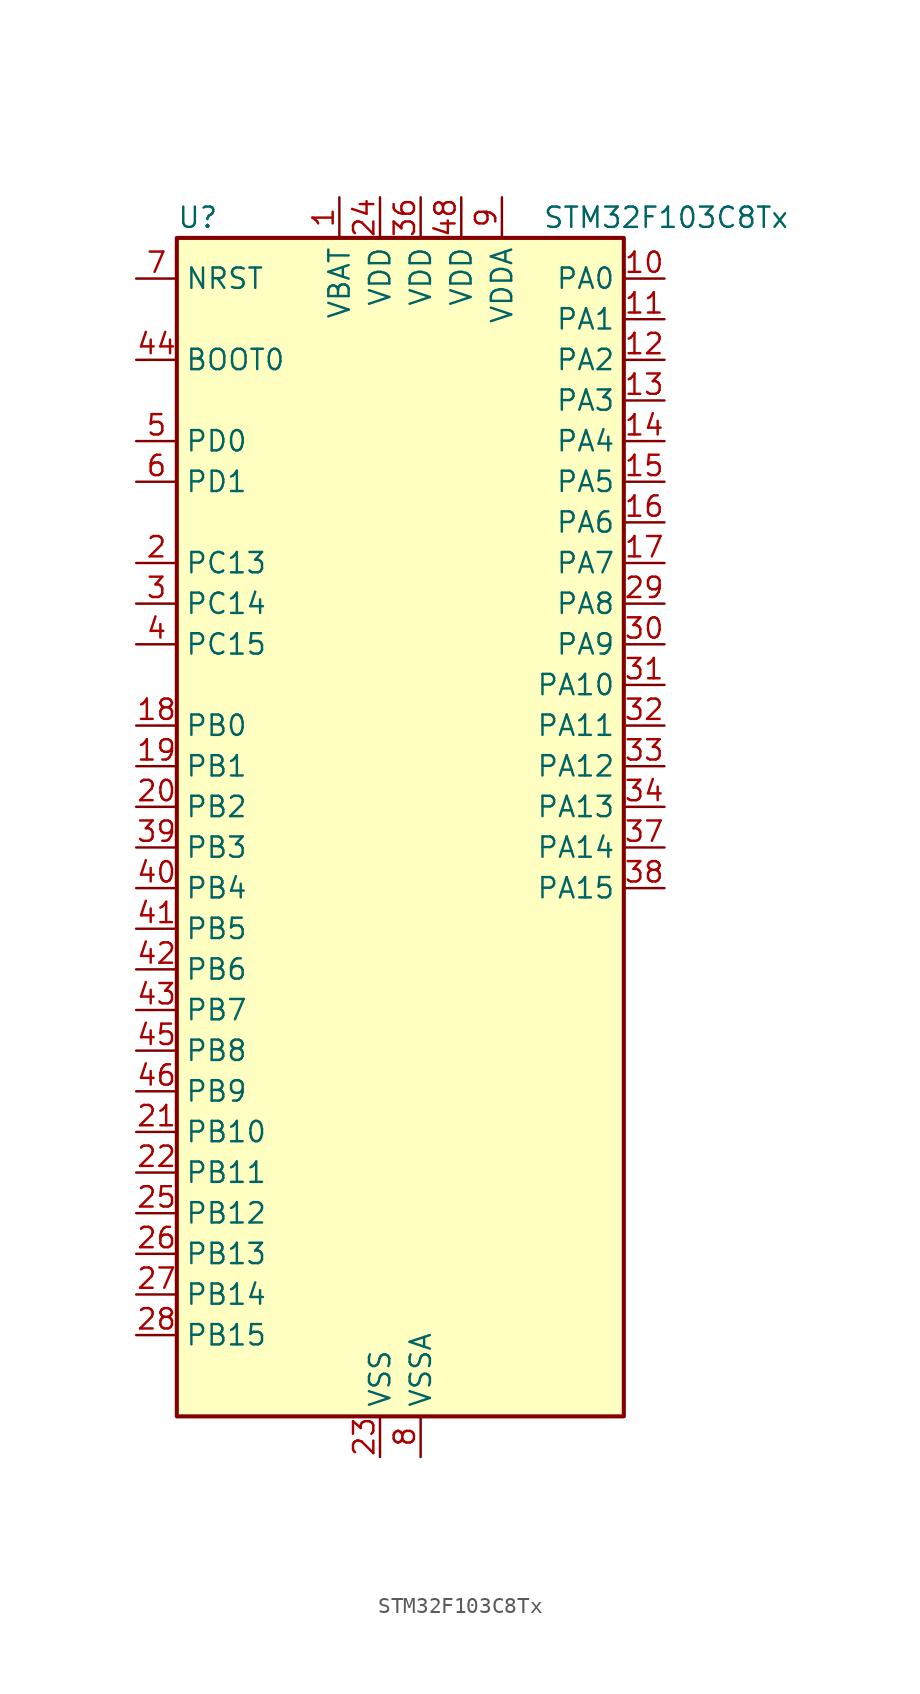
<source format=kicad_sym>
(kicad_symbol_lib
  (version 20220914)
  (generator kicad_symbol_editor)
  (symbol "STM32F103C8Tx"
    (property "Reference" "U"
      (at -12.7 39.37 0)
      (effects (font (size 1.27 1.27)) (justify left)))
    (property "Value" "STM32F103C8Tx"
      (at 10.16 39.37 0)
      (effects (font (size 1.27 1.27)) (justify left)))
    (symbol "STM32F103C8Tx_0_1"
      (rectangle (start -12.7 -35.56) (end 15.24 38.1) (stroke (width 0.254) (type default)) (fill (type background))))
    (symbol "STM32F103C8Tx_1_1"
      (pin power_in line (at -2.54 40.64 270) (length 2.54) (name "VBAT" (effects (font (size 1.27 1.27)))) (number "1" (effects (font (size 1.27 1.27)))))
      (pin bidirectional line (at 17.78 35.56 180) (length 2.54) (name "PA0" (effects (font (size 1.27 1.27)))) (number "10" (effects (font (size 1.27 1.27)))) (alternate "ADC1_IN0" bidirectional line) (alternate "ADC2_IN0" bidirectional line) (alternate "SYS_WKUP" bidirectional line) (alternate "TIM2_CH1" bidirectional line) (alternate "TIM2_ETR" bidirectional line) (alternate "USART2_CTS" bidirectional line))
      (pin bidirectional line (at 17.78 33.02 180) (length 2.54) (name "PA1" (effects (font (size 1.27 1.27)))) (number "11" (effects (font (size 1.27 1.27)))) (alternate "ADC1_IN1" bidirectional line) (alternate "ADC2_IN1" bidirectional line) (alternate "TIM2_CH2" bidirectional line) (alternate "USART2_RTS" bidirectional line))
      (pin bidirectional line (at 17.78 30.48 180) (length 2.54) (name "PA2" (effects (font (size 1.27 1.27)))) (number "12" (effects (font (size 1.27 1.27)))) (alternate "ADC1_IN2" bidirectional line) (alternate "ADC2_IN2" bidirectional line) (alternate "TIM2_CH3" bidirectional line) (alternate "USART2_TX" bidirectional line))
      (pin bidirectional line (at 17.78 27.94 180) (length 2.54) (name "PA3" (effects (font (size 1.27 1.27)))) (number "13" (effects (font (size 1.27 1.27)))) (alternate "ADC1_IN3" bidirectional line) (alternate "ADC2_IN3" bidirectional line) (alternate "TIM2_CH4" bidirectional line) (alternate "USART2_RX" bidirectional line))
      (pin bidirectional line (at 17.78 25.4 180) (length 2.54) (name "PA4" (effects (font (size 1.27 1.27)))) (number "14" (effects (font (size 1.27 1.27)))) (alternate "ADC1_IN4" bidirectional line) (alternate "ADC2_IN4" bidirectional line) (alternate "SPI1_NSS" bidirectional line) (alternate "USART2_CK" bidirectional line))
      (pin bidirectional line (at 17.78 22.86 180) (length 2.54) (name "PA5" (effects (font (size 1.27 1.27)))) (number "15" (effects (font (size 1.27 1.27)))) (alternate "ADC1_IN5" bidirectional line) (alternate "ADC2_IN5" bidirectional line) (alternate "SPI1_SCK" bidirectional line))
      (pin bidirectional line (at 17.78 20.32 180) (length 2.54) (name "PA6" (effects (font (size 1.27 1.27)))) (number "16" (effects (font (size 1.27 1.27)))) (alternate "ADC1_IN6" bidirectional line) (alternate "ADC2_IN6" bidirectional line) (alternate "SPI1_MISO" bidirectional line) (alternate "TIM1_BKIN" bidirectional line) (alternate "TIM3_CH1" bidirectional line))
      (pin bidirectional line (at 17.78 17.78 180) (length 2.54) (name "PA7" (effects (font (size 1.27 1.27)))) (number "17" (effects (font (size 1.27 1.27)))) (alternate "ADC1_IN7" bidirectional line) (alternate "ADC2_IN7" bidirectional line) (alternate "SPI1_MOSI" bidirectional line) (alternate "TIM1_CH1N" bidirectional line) (alternate "TIM3_CH2" bidirectional line))
      (pin bidirectional line (at -15.24 7.62 0) (length 2.54) (name "PB0" (effects (font (size 1.27 1.27)))) (number "18" (effects (font (size 1.27 1.27)))) (alternate "ADC1_IN8" bidirectional line) (alternate "ADC2_IN8" bidirectional line) (alternate "TIM1_CH2N" bidirectional line) (alternate "TIM3_CH3" bidirectional line))
      (pin bidirectional line (at -15.24 5.08 0) (length 2.54) (name "PB1" (effects (font (size 1.27 1.27)))) (number "19" (effects (font (size 1.27 1.27)))) (alternate "ADC1_IN9" bidirectional line) (alternate "ADC2_IN9" bidirectional line) (alternate "TIM1_CH3N" bidirectional line) (alternate "TIM3_CH4" bidirectional line))
      (pin bidirectional line (at -15.24 17.78 0) (length 2.54) (name "PC13" (effects (font (size 1.27 1.27)))) (number "2" (effects (font (size 1.27 1.27)))) (alternate "RTC_OUT" bidirectional line) (alternate "RTC_TAMPER" bidirectional line))
      (pin bidirectional line (at -15.24 2.54 0) (length 2.54) (name "PB2" (effects (font (size 1.27 1.27)))) (number "20" (effects (font (size 1.27 1.27)))))
      (pin bidirectional line (at -15.24 -17.78 0) (length 2.54) (name "PB10" (effects (font (size 1.27 1.27)))) (number "21" (effects (font (size 1.27 1.27)))) (alternate "I2C2_SCL" bidirectional line) (alternate "TIM2_CH3" bidirectional line) (alternate "USART3_TX" bidirectional line))
      (pin bidirectional line (at -15.24 -20.32 0) (length 2.54) (name "PB11" (effects (font (size 1.27 1.27)))) (number "22" (effects (font (size 1.27 1.27)))) (alternate "ADC1_EXTI11" bidirectional line) (alternate "ADC2_EXTI11" bidirectional line) (alternate "I2C2_SDA" bidirectional line) (alternate "TIM2_CH4" bidirectional line) (alternate "USART3_RX" bidirectional line))
      (pin power_in line (at 0 -38.1 90) (length 2.54) (name "VSS" (effects (font (size 1.27 1.27)))) (number "23" (effects (font (size 1.27 1.27)))))
      (pin power_in line (at 0 40.64 270) (length 2.54) (name "VDD" (effects (font (size 1.27 1.27)))) (number "24" (effects (font (size 1.27 1.27)))))
      (pin bidirectional line (at -15.24 -22.86 0) (length 2.54) (name "PB12" (effects (font (size 1.27 1.27)))) (number "25" (effects (font (size 1.27 1.27)))) (alternate "I2C2_SMBA" bidirectional line) (alternate "SPI2_NSS" bidirectional line) (alternate "TIM1_BKIN" bidirectional line) (alternate "USART3_CK" bidirectional line))
      (pin bidirectional line (at -15.24 -25.4 0) (length 2.54) (name "PB13" (effects (font (size 1.27 1.27)))) (number "26" (effects (font (size 1.27 1.27)))) (alternate "SPI2_SCK" bidirectional line) (alternate "TIM1_CH1N" bidirectional line) (alternate "USART3_CTS" bidirectional line))
      (pin bidirectional line (at -15.24 -27.94 0) (length 2.54) (name "PB14" (effects (font (size 1.27 1.27)))) (number "27" (effects (font (size 1.27 1.27)))) (alternate "SPI2_MISO" bidirectional line) (alternate "TIM1_CH2N" bidirectional line) (alternate "USART3_RTS" bidirectional line))
      (pin bidirectional line (at -15.24 -30.48 0) (length 2.54) (name "PB15" (effects (font (size 1.27 1.27)))) (number "28" (effects (font (size 1.27 1.27)))) (alternate "ADC1_EXTI15" bidirectional line) (alternate "ADC2_EXTI15" bidirectional line) (alternate "SPI2_MOSI" bidirectional line) (alternate "TIM1_CH3N" bidirectional line))
      (pin bidirectional line (at 17.78 15.24 180) (length 2.54) (name "PA8" (effects (font (size 1.27 1.27)))) (number "29" (effects (font (size 1.27 1.27)))) (alternate "RCC_MCO" bidirectional line) (alternate "TIM1_CH1" bidirectional line) (alternate "USART1_CK" bidirectional line))
      (pin bidirectional line (at -15.24 15.24 0) (length 2.54) (name "PC14" (effects (font (size 1.27 1.27)))) (number "3" (effects (font (size 1.27 1.27)))) (alternate "RCC_OSC32_IN" bidirectional line))
      (pin bidirectional line (at 17.78 12.7 180) (length 2.54) (name "PA9" (effects (font (size 1.27 1.27)))) (number "30" (effects (font (size 1.27 1.27)))) (alternate "TIM1_CH2" bidirectional line) (alternate "USART1_TX" bidirectional line))
      (pin bidirectional line (at 17.78 10.16 180) (length 2.54) (name "PA10" (effects (font (size 1.27 1.27)))) (number "31" (effects (font (size 1.27 1.27)))) (alternate "TIM1_CH3" bidirectional line) (alternate "USART1_RX" bidirectional line))
      (pin bidirectional line (at 17.78 7.62 180) (length 2.54) (name "PA11" (effects (font (size 1.27 1.27)))) (number "32" (effects (font (size 1.27 1.27)))) (alternate "ADC1_EXTI11" bidirectional line) (alternate "ADC2_EXTI11" bidirectional line) (alternate "CAN_RX" bidirectional line) (alternate "TIM1_CH4" bidirectional line) (alternate "USART1_CTS" bidirectional line) (alternate "USB_DM" bidirectional line))
      (pin bidirectional line (at 17.78 5.08 180) (length 2.54) (name "PA12" (effects (font (size 1.27 1.27)))) (number "33" (effects (font (size 1.27 1.27)))) (alternate "CAN_TX" bidirectional line) (alternate "TIM1_ETR" bidirectional line) (alternate "USART1_RTS" bidirectional line) (alternate "USB_DP" bidirectional line))
      (pin bidirectional line (at 17.78 2.54 180) (length 2.54) (name "PA13" (effects (font (size 1.27 1.27)))) (number "34" (effects (font (size 1.27 1.27)))) (alternate "SYS_JTMS-SWDIO" bidirectional line))
      (pin passive line (at 0 -38.1 90) (length 2.54) hide (name "VSS" (effects (font (size 1.27 1.27)))) (number "35" (effects (font (size 1.27 1.27)))))
      (pin power_in line (at 2.54 40.64 270) (length 2.54) (name "VDD" (effects (font (size 1.27 1.27)))) (number "36" (effects (font (size 1.27 1.27)))))
      (pin bidirectional line (at 17.78 0 180) (length 2.54) (name "PA14" (effects (font (size 1.27 1.27)))) (number "37" (effects (font (size 1.27 1.27)))) (alternate "SYS_JTCK-SWCLK" bidirectional line))
      (pin bidirectional line (at 17.78 -2.54 180) (length 2.54) (name "PA15" (effects (font (size 1.27 1.27)))) (number "38" (effects (font (size 1.27 1.27)))) (alternate "ADC1_EXTI15" bidirectional line) (alternate "ADC2_EXTI15" bidirectional line) (alternate "SPI1_NSS" bidirectional line) (alternate "SYS_JTDI" bidirectional line) (alternate "TIM2_CH1" bidirectional line) (alternate "TIM2_ETR" bidirectional line))
      (pin bidirectional line (at -15.24 0 0) (length 2.54) (name "PB3" (effects (font (size 1.27 1.27)))) (number "39" (effects (font (size 1.27 1.27)))) (alternate "SPI1_SCK" bidirectional line) (alternate "SYS_JTDO-TRACESWO" bidirectional line) (alternate "TIM2_CH2" bidirectional line))
      (pin bidirectional line (at -15.24 12.7 0) (length 2.54) (name "PC15" (effects (font (size 1.27 1.27)))) (number "4" (effects (font (size 1.27 1.27)))) (alternate "ADC1_EXTI15" bidirectional line) (alternate "ADC2_EXTI15" bidirectional line) (alternate "RCC_OSC32_OUT" bidirectional line))
      (pin bidirectional line (at -15.24 -2.54 0) (length 2.54) (name "PB4" (effects (font (size 1.27 1.27)))) (number "40" (effects (font (size 1.27 1.27)))) (alternate "SPI1_MISO" bidirectional line) (alternate "SYS_NJTRST" bidirectional line) (alternate "TIM3_CH1" bidirectional line))
      (pin bidirectional line (at -15.24 -5.08 0) (length 2.54) (name "PB5" (effects (font (size 1.27 1.27)))) (number "41" (effects (font (size 1.27 1.27)))) (alternate "I2C1_SMBA" bidirectional line) (alternate "SPI1_MOSI" bidirectional line) (alternate "TIM3_CH2" bidirectional line))
      (pin bidirectional line (at -15.24 -7.62 0) (length 2.54) (name "PB6" (effects (font (size 1.27 1.27)))) (number "42" (effects (font (size 1.27 1.27)))) (alternate "I2C1_SCL" bidirectional line) (alternate "TIM4_CH1" bidirectional line) (alternate "USART1_TX" bidirectional line))
      (pin bidirectional line (at -15.24 -10.16 0) (length 2.54) (name "PB7" (effects (font (size 1.27 1.27)))) (number "43" (effects (font (size 1.27 1.27)))) (alternate "I2C1_SDA" bidirectional line) (alternate "TIM4_CH2" bidirectional line) (alternate "USART1_RX" bidirectional line))
      (pin input line (at -15.24 30.48 0) (length 2.54) (name "BOOT0" (effects (font (size 1.27 1.27)))) (number "44" (effects (font (size 1.27 1.27)))))
      (pin bidirectional line (at -15.24 -12.7 0) (length 2.54) (name "PB8" (effects (font (size 1.27 1.27)))) (number "45" (effects (font (size 1.27 1.27)))) (alternate "CAN_RX" bidirectional line) (alternate "I2C1_SCL" bidirectional line) (alternate "TIM4_CH3" bidirectional line))
      (pin bidirectional line (at -15.24 -15.24 0) (length 2.54) (name "PB9" (effects (font (size 1.27 1.27)))) (number "46" (effects (font (size 1.27 1.27)))) (alternate "CAN_TX" bidirectional line) (alternate "I2C1_SDA" bidirectional line) (alternate "TIM4_CH4" bidirectional line))
      (pin passive line (at 0 -38.1 90) (length 2.54) hide (name "VSS" (effects (font (size 1.27 1.27)))) (number "47" (effects (font (size 1.27 1.27)))))
      (pin power_in line (at 5.08 40.64 270) (length 2.54) (name "VDD" (effects (font (size 1.27 1.27)))) (number "48" (effects (font (size 1.27 1.27)))))
      (pin bidirectional line (at -15.24 25.4 0) (length 2.54) (name "PD0" (effects (font (size 1.27 1.27)))) (number "5" (effects (font (size 1.27 1.27)))) (alternate "RCC_OSC_IN" bidirectional line))
      (pin bidirectional line (at -15.24 22.86 0) (length 2.54) (name "PD1" (effects (font (size 1.27 1.27)))) (number "6" (effects (font (size 1.27 1.27)))) (alternate "RCC_OSC_OUT" bidirectional line))
      (pin input line (at -15.24 35.56 0) (length 2.54) (name "NRST" (effects (font (size 1.27 1.27)))) (number "7" (effects (font (size 1.27 1.27)))))
      (pin power_in line (at 2.54 -38.1 90) (length 2.54) (name "VSSA" (effects (font (size 1.27 1.27)))) (number "8" (effects (font (size 1.27 1.27)))))
      (pin power_in line (at 7.62 40.64 270) (length 2.54) (name "VDDA" (effects (font (size 1.27 1.27)))) (number "9" (effects (font (size 1.27 1.27))))))))
</source>
